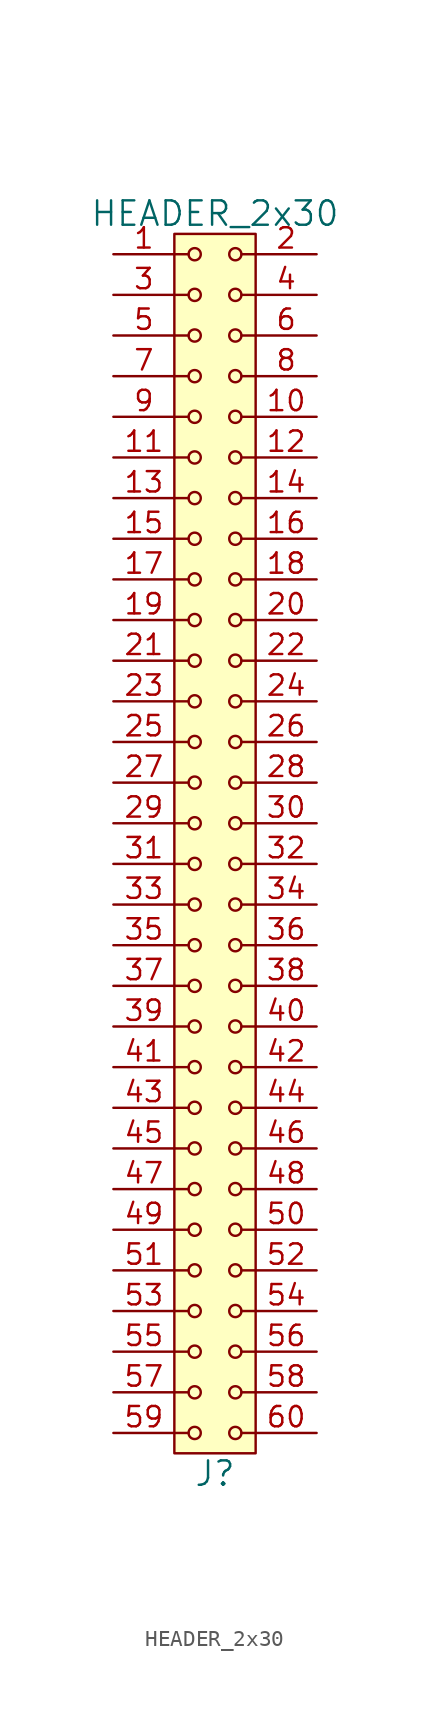
<source format=kicad_sym>
(kicad_symbol_lib
  (version 20211014)
  (generator kicad_symbol_editor)
  (symbol "HEADER_2x30"
    (pin_names
      (offset 1.016))
    (property "Reference" "J"
      (at 0 -39.37 0)
      (effects (font (size 1.524 1.524))))
    (property "Value" "HEADER_2x30"
      (at 0 39.37 0)
      (effects (font (size 1.524 1.524))))
    (property "Footprint" ""
      (at 0 36.83 0)
      (effects (font (size 1.524 1.524))))
    (property "Datasheet" ""
      (at 0 36.83 0)
      (effects (font (size 1.524 1.524))))
    (symbol "HEADER_2x30_0_1"
      (rectangle (start -2.54 38.1) (end 2.54 -38.1) (stroke (width 0) (type default) (color 0 0 0 0)) (fill (type background)))
      (circle (center -1.27 -36.83) (radius 0.381) (stroke (width 0) (type default) (color 0 0 0 0)) (fill (type none)))
      (circle (center -1.27 -34.29) (radius 0.381) (stroke (width 0) (type default) (color 0 0 0 0)) (fill (type none)))
      (circle (center -1.27 -31.75) (radius 0.381) (stroke (width 0) (type default) (color 0 0 0 0)) (fill (type none)))
      (circle (center -1.27 -29.21) (radius 0.381) (stroke (width 0) (type default) (color 0 0 0 0)) (fill (type none)))
      (circle (center -1.27 -26.67) (radius 0.381) (stroke (width 0) (type default) (color 0 0 0 0)) (fill (type none)))
      (circle (center -1.27 -24.13) (radius 0.381) (stroke (width 0) (type default) (color 0 0 0 0)) (fill (type none)))
      (circle (center -1.27 -21.59) (radius 0.381) (stroke (width 0) (type default) (color 0 0 0 0)) (fill (type none)))
      (circle (center -1.27 -19.05) (radius 0.381) (stroke (width 0) (type default) (color 0 0 0 0)) (fill (type none)))
      (circle (center -1.27 -16.51) (radius 0.381) (stroke (width 0) (type default) (color 0 0 0 0)) (fill (type none)))
      (circle (center -1.27 -13.97) (radius 0.381) (stroke (width 0) (type default) (color 0 0 0 0)) (fill (type none)))
      (circle (center -1.27 -11.43) (radius 0.381) (stroke (width 0) (type default) (color 0 0 0 0)) (fill (type none)))
      (circle (center -1.27 -8.89) (radius 0.381) (stroke (width 0) (type default) (color 0 0 0 0)) (fill (type none)))
      (circle (center -1.27 -6.35) (radius 0.381) (stroke (width 0) (type default) (color 0 0 0 0)) (fill (type none)))
      (circle (center -1.27 -3.81) (radius 0.381) (stroke (width 0) (type default) (color 0 0 0 0)) (fill (type none)))
      (circle (center -1.27 -1.27) (radius 0.381) (stroke (width 0) (type default) (color 0 0 0 0)) (fill (type none)))
      (circle (center -1.27 1.27) (radius 0.381) (stroke (width 0) (type default) (color 0 0 0 0)) (fill (type none)))
      (circle (center -1.27 3.81) (radius 0.381) (stroke (width 0) (type default) (color 0 0 0 0)) (fill (type none)))
      (circle (center -1.27 6.35) (radius 0.381) (stroke (width 0) (type default) (color 0 0 0 0)) (fill (type none)))
      (circle (center -1.27 8.89) (radius 0.381) (stroke (width 0) (type default) (color 0 0 0 0)) (fill (type none)))
      (circle (center -1.27 11.43) (radius 0.381) (stroke (width 0) (type default) (color 0 0 0 0)) (fill (type none)))
      (circle (center -1.27 13.97) (radius 0.381) (stroke (width 0) (type default) (color 0 0 0 0)) (fill (type none)))
      (circle (center -1.27 16.51) (radius 0.381) (stroke (width 0) (type default) (color 0 0 0 0)) (fill (type none)))
      (circle (center -1.27 19.05) (radius 0.381) (stroke (width 0) (type default) (color 0 0 0 0)) (fill (type none)))
      (circle (center -1.27 21.59) (radius 0.381) (stroke (width 0) (type default) (color 0 0 0 0)) (fill (type none)))
      (circle (center -1.27 24.13) (radius 0.381) (stroke (width 0) (type default) (color 0 0 0 0)) (fill (type none)))
      (circle (center -1.27 26.67) (radius 0.381) (stroke (width 0) (type default) (color 0 0 0 0)) (fill (type none)))
      (circle (center -1.27 29.21) (radius 0.381) (stroke (width 0) (type default) (color 0 0 0 0)) (fill (type none)))
      (circle (center -1.27 31.75) (radius 0.381) (stroke (width 0) (type default) (color 0 0 0 0)) (fill (type none)))
      (circle (center -1.27 34.29) (radius 0.381) (stroke (width 0) (type default) (color 0 0 0 0)) (fill (type none)))
      (circle (center -1.27 36.83) (radius 0.381) (stroke (width 0) (type default) (color 0 0 0 0)) (fill (type none)))
      (polyline (pts (xy -1.651 -36.83) (xy -2.54 -36.83)) (stroke (width 0) (type default) (color 0 0 0 0)) (fill (type none)))
      (polyline (pts (xy -1.651 -34.29) (xy -2.54 -34.29)) (stroke (width 0) (type default) (color 0 0 0 0)) (fill (type none)))
      (polyline (pts (xy -1.651 -31.75) (xy -2.54 -31.75)) (stroke (width 0) (type default) (color 0 0 0 0)) (fill (type none)))
      (polyline (pts (xy -1.651 -29.21) (xy -2.54 -29.21)) (stroke (width 0) (type default) (color 0 0 0 0)) (fill (type none)))
      (polyline (pts (xy -1.651 -26.67) (xy -2.54 -26.67)) (stroke (width 0) (type default) (color 0 0 0 0)) (fill (type none)))
      (polyline (pts (xy -1.651 -24.13) (xy -2.54 -24.13)) (stroke (width 0) (type default) (color 0 0 0 0)) (fill (type none)))
      (polyline (pts (xy -1.651 -21.59) (xy -2.54 -21.59)) (stroke (width 0) (type default) (color 0 0 0 0)) (fill (type none)))
      (polyline (pts (xy -1.651 -19.05) (xy -2.54 -19.05)) (stroke (width 0) (type default) (color 0 0 0 0)) (fill (type none)))
      (polyline (pts (xy -1.651 -16.51) (xy -2.54 -16.51)) (stroke (width 0) (type default) (color 0 0 0 0)) (fill (type none)))
      (polyline (pts (xy -1.651 -13.97) (xy -2.54 -13.97)) (stroke (width 0) (type default) (color 0 0 0 0)) (fill (type none)))
      (polyline (pts (xy -1.651 -11.43) (xy -2.54 -11.43)) (stroke (width 0) (type default) (color 0 0 0 0)) (fill (type none)))
      (polyline (pts (xy -1.651 -8.89) (xy -2.54 -8.89)) (stroke (width 0) (type default) (color 0 0 0 0)) (fill (type none)))
      (polyline (pts (xy -1.651 -6.35) (xy -2.54 -6.35)) (stroke (width 0) (type default) (color 0 0 0 0)) (fill (type none)))
      (polyline (pts (xy -1.651 -3.81) (xy -2.54 -3.81)) (stroke (width 0) (type default) (color 0 0 0 0)) (fill (type none)))
      (polyline (pts (xy -1.651 -1.27) (xy -2.54 -1.27)) (stroke (width 0) (type default) (color 0 0 0 0)) (fill (type none)))
      (polyline (pts (xy -1.651 1.27) (xy -2.54 1.27)) (stroke (width 0) (type default) (color 0 0 0 0)) (fill (type none)))
      (polyline (pts (xy -1.651 3.81) (xy -2.54 3.81)) (stroke (width 0) (type default) (color 0 0 0 0)) (fill (type none)))
      (polyline (pts (xy -1.651 6.35) (xy -2.54 6.35)) (stroke (width 0) (type default) (color 0 0 0 0)) (fill (type none)))
      (polyline (pts (xy -1.651 8.89) (xy -2.54 8.89)) (stroke (width 0) (type default) (color 0 0 0 0)) (fill (type none)))
      (polyline (pts (xy -1.651 11.43) (xy -2.54 11.43)) (stroke (width 0) (type default) (color 0 0 0 0)) (fill (type none)))
      (polyline (pts (xy -1.651 13.97) (xy -2.54 13.97)) (stroke (width 0) (type default) (color 0 0 0 0)) (fill (type none)))
      (polyline (pts (xy -1.651 16.51) (xy -2.54 16.51)) (stroke (width 0) (type default) (color 0 0 0 0)) (fill (type none)))
      (polyline (pts (xy -1.651 19.05) (xy -2.54 19.05)) (stroke (width 0) (type default) (color 0 0 0 0)) (fill (type none)))
      (polyline (pts (xy -1.651 21.59) (xy -2.54 21.59)) (stroke (width 0) (type default) (color 0 0 0 0)) (fill (type none)))
      (polyline (pts (xy -1.651 24.13) (xy -2.54 24.13)) (stroke (width 0) (type default) (color 0 0 0 0)) (fill (type none)))
      (polyline (pts (xy -1.651 26.67) (xy -2.54 26.67)) (stroke (width 0) (type default) (color 0 0 0 0)) (fill (type none)))
      (polyline (pts (xy -1.651 29.21) (xy -2.54 29.21)) (stroke (width 0) (type default) (color 0 0 0 0)) (fill (type none)))
      (polyline (pts (xy -1.651 31.75) (xy -2.54 31.75)) (stroke (width 0) (type default) (color 0 0 0 0)) (fill (type none)))
      (polyline (pts (xy -1.651 34.29) (xy -2.54 34.29)) (stroke (width 0) (type default) (color 0 0 0 0)) (fill (type none)))
      (polyline (pts (xy -1.651 36.83) (xy -2.54 36.83)) (stroke (width 0) (type default) (color 0 0 0 0)) (fill (type none)))
      (polyline (pts (xy 1.651 -36.83) (xy 2.54 -36.83)) (stroke (width 0) (type default) (color 0 0 0 0)) (fill (type none)))
      (polyline (pts (xy 1.651 -34.29) (xy 2.54 -34.29)) (stroke (width 0) (type default) (color 0 0 0 0)) (fill (type none)))
      (polyline (pts (xy 1.651 -31.75) (xy 2.54 -31.75)) (stroke (width 0) (type default) (color 0 0 0 0)) (fill (type none)))
      (polyline (pts (xy 1.651 -29.21) (xy 2.54 -29.21)) (stroke (width 0) (type default) (color 0 0 0 0)) (fill (type none)))
      (polyline (pts (xy 1.651 -26.67) (xy 2.54 -26.67)) (stroke (width 0) (type default) (color 0 0 0 0)) (fill (type none)))
      (polyline (pts (xy 1.651 -24.13) (xy 2.54 -24.13)) (stroke (width 0) (type default) (color 0 0 0 0)) (fill (type none)))
      (polyline (pts (xy 1.651 -21.59) (xy 2.54 -21.59)) (stroke (width 0) (type default) (color 0 0 0 0)) (fill (type none)))
      (polyline (pts (xy 1.651 -19.05) (xy 2.54 -19.05)) (stroke (width 0) (type default) (color 0 0 0 0)) (fill (type none)))
      (polyline (pts (xy 1.651 -16.51) (xy 2.54 -16.51)) (stroke (width 0) (type default) (color 0 0 0 0)) (fill (type none)))
      (polyline (pts (xy 1.651 -13.97) (xy 2.54 -13.97)) (stroke (width 0) (type default) (color 0 0 0 0)) (fill (type none)))
      (polyline (pts (xy 1.651 -11.43) (xy 2.54 -11.43)) (stroke (width 0) (type default) (color 0 0 0 0)) (fill (type none)))
      (polyline (pts (xy 1.651 -8.89) (xy 2.54 -8.89)) (stroke (width 0) (type default) (color 0 0 0 0)) (fill (type none)))
      (polyline (pts (xy 1.651 -6.35) (xy 2.54 -6.35)) (stroke (width 0) (type default) (color 0 0 0 0)) (fill (type none)))
      (polyline (pts (xy 1.651 -3.81) (xy 2.54 -3.81)) (stroke (width 0) (type default) (color 0 0 0 0)) (fill (type none)))
      (polyline (pts (xy 1.651 -1.27) (xy 2.54 -1.27)) (stroke (width 0) (type default) (color 0 0 0 0)) (fill (type none)))
      (polyline (pts (xy 1.651 1.27) (xy 2.54 1.27)) (stroke (width 0) (type default) (color 0 0 0 0)) (fill (type none)))
      (polyline (pts (xy 1.651 3.81) (xy 2.54 3.81)) (stroke (width 0) (type default) (color 0 0 0 0)) (fill (type none)))
      (polyline (pts (xy 1.651 6.35) (xy 2.54 6.35)) (stroke (width 0) (type default) (color 0 0 0 0)) (fill (type none)))
      (polyline (pts (xy 1.651 8.89) (xy 2.54 8.89)) (stroke (width 0) (type default) (color 0 0 0 0)) (fill (type none)))
      (polyline (pts (xy 1.651 11.43) (xy 2.54 11.43)) (stroke (width 0) (type default) (color 0 0 0 0)) (fill (type none)))
      (polyline (pts (xy 1.651 13.97) (xy 2.54 13.97)) (stroke (width 0) (type default) (color 0 0 0 0)) (fill (type none)))
      (polyline (pts (xy 1.651 16.51) (xy 2.54 16.51)) (stroke (width 0) (type default) (color 0 0 0 0)) (fill (type none)))
      (polyline (pts (xy 1.651 19.05) (xy 2.54 19.05)) (stroke (width 0) (type default) (color 0 0 0 0)) (fill (type none)))
      (polyline (pts (xy 1.651 21.59) (xy 2.54 21.59)) (stroke (width 0) (type default) (color 0 0 0 0)) (fill (type none)))
      (polyline (pts (xy 1.651 24.13) (xy 2.54 24.13)) (stroke (width 0) (type default) (color 0 0 0 0)) (fill (type none)))
      (polyline (pts (xy 1.651 26.67) (xy 2.54 26.67)) (stroke (width 0) (type default) (color 0 0 0 0)) (fill (type none)))
      (polyline (pts (xy 1.651 29.21) (xy 2.54 29.21)) (stroke (width 0) (type default) (color 0 0 0 0)) (fill (type none)))
      (polyline (pts (xy 1.651 31.75) (xy 2.54 31.75)) (stroke (width 0) (type default) (color 0 0 0 0)) (fill (type none)))
      (polyline (pts (xy 1.651 34.29) (xy 2.54 34.29)) (stroke (width 0) (type default) (color 0 0 0 0)) (fill (type none)))
      (polyline (pts (xy 1.651 36.83) (xy 2.54 36.83)) (stroke (width 0) (type default) (color 0 0 0 0)) (fill (type none)))
      (circle (center 1.27 -36.83) (radius 0.381) (stroke (width 0) (type default) (color 0 0 0 0)) (fill (type none)))
      (circle (center 1.27 -34.29) (radius 0.381) (stroke (width 0) (type default) (color 0 0 0 0)) (fill (type none)))
      (circle (center 1.27 -31.75) (radius 0.381) (stroke (width 0) (type default) (color 0 0 0 0)) (fill (type none)))
      (circle (center 1.27 -29.21) (radius 0.381) (stroke (width 0) (type default) (color 0 0 0 0)) (fill (type none)))
      (circle (center 1.27 -26.67) (radius 0.381) (stroke (width 0) (type default) (color 0 0 0 0)) (fill (type none)))
      (circle (center 1.27 -24.13) (radius 0.381) (stroke (width 0) (type default) (color 0 0 0 0)) (fill (type none)))
      (circle (center 1.27 -21.59) (radius 0.381) (stroke (width 0) (type default) (color 0 0 0 0)) (fill (type none)))
      (circle (center 1.27 -19.05) (radius 0.381) (stroke (width 0) (type default) (color 0 0 0 0)) (fill (type none)))
      (circle (center 1.27 -16.51) (radius 0.381) (stroke (width 0) (type default) (color 0 0 0 0)) (fill (type none)))
      (circle (center 1.27 -13.97) (radius 0.381) (stroke (width 0) (type default) (color 0 0 0 0)) (fill (type none)))
      (circle (center 1.27 -11.43) (radius 0.381) (stroke (width 0) (type default) (color 0 0 0 0)) (fill (type none)))
      (circle (center 1.27 -8.89) (radius 0.381) (stroke (width 0) (type default) (color 0 0 0 0)) (fill (type none)))
      (circle (center 1.27 -6.35) (radius 0.381) (stroke (width 0) (type default) (color 0 0 0 0)) (fill (type none)))
      (circle (center 1.27 -3.81) (radius 0.381) (stroke (width 0) (type default) (color 0 0 0 0)) (fill (type none)))
      (circle (center 1.27 -1.27) (radius 0.381) (stroke (width 0) (type default) (color 0 0 0 0)) (fill (type none)))
      (circle (center 1.27 1.27) (radius 0.381) (stroke (width 0) (type default) (color 0 0 0 0)) (fill (type none)))
      (circle (center 1.27 3.81) (radius 0.381) (stroke (width 0) (type default) (color 0 0 0 0)) (fill (type none)))
      (circle (center 1.27 6.35) (radius 0.381) (stroke (width 0) (type default) (color 0 0 0 0)) (fill (type none)))
      (circle (center 1.27 8.89) (radius 0.381) (stroke (width 0) (type default) (color 0 0 0 0)) (fill (type none)))
      (circle (center 1.27 11.43) (radius 0.381) (stroke (width 0) (type default) (color 0 0 0 0)) (fill (type none)))
      (circle (center 1.27 13.97) (radius 0.381) (stroke (width 0) (type default) (color 0 0 0 0)) (fill (type none)))
      (circle (center 1.27 16.51) (radius 0.381) (stroke (width 0) (type default) (color 0 0 0 0)) (fill (type none)))
      (circle (center 1.27 19.05) (radius 0.381) (stroke (width 0) (type default) (color 0 0 0 0)) (fill (type none)))
      (circle (center 1.27 21.59) (radius 0.381) (stroke (width 0) (type default) (color 0 0 0 0)) (fill (type none)))
      (circle (center 1.27 24.13) (radius 0.381) (stroke (width 0) (type default) (color 0 0 0 0)) (fill (type none)))
      (circle (center 1.27 26.67) (radius 0.381) (stroke (width 0) (type default) (color 0 0 0 0)) (fill (type none)))
      (circle (center 1.27 29.21) (radius 0.381) (stroke (width 0) (type default) (color 0 0 0 0)) (fill (type none)))
      (circle (center 1.27 31.75) (radius 0.381) (stroke (width 0) (type default) (color 0 0 0 0)) (fill (type none)))
      (circle (center 1.27 34.29) (radius 0.381) (stroke (width 0) (type default) (color 0 0 0 0)) (fill (type none)))
      (circle (center 1.27 36.83) (radius 0.381) (stroke (width 0) (type default) (color 0 0 0 0)) (fill (type none))))
    (symbol "HEADER_2x30_1_1"
      (pin input line (at -6.35 36.83 0) (length 3.81) (name "~" (effects (font (size 1.27 1.27)))) (number "1" (effects (font (size 1.27 1.27)))))
      (pin input line (at 6.35 26.67 180) (length 3.81) (name "~" (effects (font (size 1.27 1.27)))) (number "10" (effects (font (size 1.27 1.27)))))
      (pin input line (at -6.35 24.13 0) (length 3.81) (name "~" (effects (font (size 1.27 1.27)))) (number "11" (effects (font (size 1.27 1.27)))))
      (pin input line (at 6.35 24.13 180) (length 3.81) (name "~" (effects (font (size 1.27 1.27)))) (number "12" (effects (font (size 1.27 1.27)))))
      (pin input line (at -6.35 21.59 0) (length 3.81) (name "~" (effects (font (size 1.27 1.27)))) (number "13" (effects (font (size 1.27 1.27)))))
      (pin input line (at 6.35 21.59 180) (length 3.81) (name "~" (effects (font (size 1.27 1.27)))) (number "14" (effects (font (size 1.27 1.27)))))
      (pin input line (at -6.35 19.05 0) (length 3.81) (name "~" (effects (font (size 1.27 1.27)))) (number "15" (effects (font (size 1.27 1.27)))))
      (pin input line (at 6.35 19.05 180) (length 3.81) (name "~" (effects (font (size 1.27 1.27)))) (number "16" (effects (font (size 1.27 1.27)))))
      (pin input line (at -6.35 16.51 0) (length 3.81) (name "~" (effects (font (size 1.27 1.27)))) (number "17" (effects (font (size 1.27 1.27)))))
      (pin input line (at 6.35 16.51 180) (length 3.81) (name "~" (effects (font (size 1.27 1.27)))) (number "18" (effects (font (size 1.27 1.27)))))
      (pin input line (at -6.35 13.97 0) (length 3.81) (name "~" (effects (font (size 1.27 1.27)))) (number "19" (effects (font (size 1.27 1.27)))))
      (pin input line (at 6.35 36.83 180) (length 3.81) (name "~" (effects (font (size 1.27 1.27)))) (number "2" (effects (font (size 1.27 1.27)))))
      (pin input line (at 6.35 13.97 180) (length 3.81) (name "~" (effects (font (size 1.27 1.27)))) (number "20" (effects (font (size 1.27 1.27)))))
      (pin input line (at -6.35 11.43 0) (length 3.81) (name "~" (effects (font (size 1.27 1.27)))) (number "21" (effects (font (size 1.27 1.27)))))
      (pin input line (at 6.35 11.43 180) (length 3.81) (name "~" (effects (font (size 1.27 1.27)))) (number "22" (effects (font (size 1.27 1.27)))))
      (pin input line (at -6.35 8.89 0) (length 3.81) (name "~" (effects (font (size 1.27 1.27)))) (number "23" (effects (font (size 1.27 1.27)))))
      (pin input line (at 6.35 8.89 180) (length 3.81) (name "~" (effects (font (size 1.27 1.27)))) (number "24" (effects (font (size 1.27 1.27)))))
      (pin input line (at -6.35 6.35 0) (length 3.81) (name "~" (effects (font (size 1.27 1.27)))) (number "25" (effects (font (size 1.27 1.27)))))
      (pin input line (at 6.35 6.35 180) (length 3.81) (name "~" (effects (font (size 1.27 1.27)))) (number "26" (effects (font (size 1.27 1.27)))))
      (pin input line (at -6.35 3.81 0) (length 3.81) (name "~" (effects (font (size 1.27 1.27)))) (number "27" (effects (font (size 1.27 1.27)))))
      (pin input line (at 6.35 3.81 180) (length 3.81) (name "~" (effects (font (size 1.27 1.27)))) (number "28" (effects (font (size 1.27 1.27)))))
      (pin input line (at -6.35 1.27 0) (length 3.81) (name "~" (effects (font (size 1.27 1.27)))) (number "29" (effects (font (size 1.27 1.27)))))
      (pin input line (at -6.35 34.29 0) (length 3.81) (name "~" (effects (font (size 1.27 1.27)))) (number "3" (effects (font (size 1.27 1.27)))))
      (pin input line (at 6.35 1.27 180) (length 3.81) (name "~" (effects (font (size 1.27 1.27)))) (number "30" (effects (font (size 1.27 1.27)))))
      (pin input line (at -6.35 -1.27 0) (length 3.81) (name "~" (effects (font (size 1.27 1.27)))) (number "31" (effects (font (size 1.27 1.27)))))
      (pin input line (at 6.35 -1.27 180) (length 3.81) (name "~" (effects (font (size 1.27 1.27)))) (number "32" (effects (font (size 1.27 1.27)))))
      (pin input line (at -6.35 -3.81 0) (length 3.81) (name "~" (effects (font (size 1.27 1.27)))) (number "33" (effects (font (size 1.27 1.27)))))
      (pin input line (at 6.35 -3.81 180) (length 3.81) (name "~" (effects (font (size 1.27 1.27)))) (number "34" (effects (font (size 1.27 1.27)))))
      (pin input line (at -6.35 -6.35 0) (length 3.81) (name "~" (effects (font (size 1.27 1.27)))) (number "35" (effects (font (size 1.27 1.27)))))
      (pin input line (at 6.35 -6.35 180) (length 3.81) (name "~" (effects (font (size 1.27 1.27)))) (number "36" (effects (font (size 1.27 1.27)))))
      (pin input line (at -6.35 -8.89 0) (length 3.81) (name "~" (effects (font (size 1.27 1.27)))) (number "37" (effects (font (size 1.27 1.27)))))
      (pin input line (at 6.35 -8.89 180) (length 3.81) (name "~" (effects (font (size 1.27 1.27)))) (number "38" (effects (font (size 1.27 1.27)))))
      (pin input line (at -6.35 -11.43 0) (length 3.81) (name "~" (effects (font (size 1.27 1.27)))) (number "39" (effects (font (size 1.27 1.27)))))
      (pin input line (at 6.35 34.29 180) (length 3.81) (name "~" (effects (font (size 1.27 1.27)))) (number "4" (effects (font (size 1.27 1.27)))))
      (pin input line (at 6.35 -11.43 180) (length 3.81) (name "~" (effects (font (size 1.27 1.27)))) (number "40" (effects (font (size 1.27 1.27)))))
      (pin input line (at -6.35 -13.97 0) (length 3.81) (name "~" (effects (font (size 1.27 1.27)))) (number "41" (effects (font (size 1.27 1.27)))))
      (pin input line (at 6.35 -13.97 180) (length 3.81) (name "~" (effects (font (size 1.27 1.27)))) (number "42" (effects (font (size 1.27 1.27)))))
      (pin input line (at -6.35 -16.51 0) (length 3.81) (name "~" (effects (font (size 1.27 1.27)))) (number "43" (effects (font (size 1.27 1.27)))))
      (pin input line (at 6.35 -16.51 180) (length 3.81) (name "~" (effects (font (size 1.27 1.27)))) (number "44" (effects (font (size 1.27 1.27)))))
      (pin input line (at -6.35 -19.05 0) (length 3.81) (name "~" (effects (font (size 1.27 1.27)))) (number "45" (effects (font (size 1.27 1.27)))))
      (pin input line (at 6.35 -19.05 180) (length 3.81) (name "~" (effects (font (size 1.27 1.27)))) (number "46" (effects (font (size 1.27 1.27)))))
      (pin input line (at -6.35 -21.59 0) (length 3.81) (name "~" (effects (font (size 1.27 1.27)))) (number "47" (effects (font (size 1.27 1.27)))))
      (pin input line (at 6.35 -21.59 180) (length 3.81) (name "~" (effects (font (size 1.27 1.27)))) (number "48" (effects (font (size 1.27 1.27)))))
      (pin input line (at -6.35 -24.13 0) (length 3.81) (name "~" (effects (font (size 1.27 1.27)))) (number "49" (effects (font (size 1.27 1.27)))))
      (pin input line (at -6.35 31.75 0) (length 3.81) (name "~" (effects (font (size 1.27 1.27)))) (number "5" (effects (font (size 1.27 1.27)))))
      (pin input line (at 6.35 -24.13 180) (length 3.81) (name "~" (effects (font (size 1.27 1.27)))) (number "50" (effects (font (size 1.27 1.27)))))
      (pin input line (at -6.35 -26.67 0) (length 3.81) (name "~" (effects (font (size 1.27 1.27)))) (number "51" (effects (font (size 1.27 1.27)))))
      (pin input line (at 6.35 -26.67 180) (length 3.81) (name "~" (effects (font (size 1.27 1.27)))) (number "52" (effects (font (size 1.27 1.27)))))
      (pin input line (at -6.35 -29.21 0) (length 3.81) (name "~" (effects (font (size 1.27 1.27)))) (number "53" (effects (font (size 1.27 1.27)))))
      (pin input line (at 6.35 -29.21 180) (length 3.81) (name "~" (effects (font (size 1.27 1.27)))) (number "54" (effects (font (size 1.27 1.27)))))
      (pin input line (at -6.35 -31.75 0) (length 3.81) (name "~" (effects (font (size 1.27 1.27)))) (number "55" (effects (font (size 1.27 1.27)))))
      (pin input line (at 6.35 -31.75 180) (length 3.81) (name "~" (effects (font (size 1.27 1.27)))) (number "56" (effects (font (size 1.27 1.27)))))
      (pin input line (at -6.35 -34.29 0) (length 3.81) (name "~" (effects (font (size 1.27 1.27)))) (number "57" (effects (font (size 1.27 1.27)))))
      (pin input line (at 6.35 -34.29 180) (length 3.81) (name "~" (effects (font (size 1.27 1.27)))) (number "58" (effects (font (size 1.27 1.27)))))
      (pin input line (at -6.35 -36.83 0) (length 3.81) (name "~" (effects (font (size 1.27 1.27)))) (number "59" (effects (font (size 1.27 1.27)))))
      (pin input line (at 6.35 31.75 180) (length 3.81) (name "~" (effects (font (size 1.27 1.27)))) (number "6" (effects (font (size 1.27 1.27)))))
      (pin input line (at 6.35 -36.83 180) (length 3.81) (name "~" (effects (font (size 1.27 1.27)))) (number "60" (effects (font (size 1.27 1.27)))))
      (pin input line (at -6.35 29.21 0) (length 3.81) (name "~" (effects (font (size 1.27 1.27)))) (number "7" (effects (font (size 1.27 1.27)))))
      (pin input line (at 6.35 29.21 180) (length 3.81) (name "~" (effects (font (size 1.27 1.27)))) (number "8" (effects (font (size 1.27 1.27)))))
      (pin input line (at -6.35 26.67 0) (length 3.81) (name "~" (effects (font (size 1.27 1.27)))) (number "9" (effects (font (size 1.27 1.27))))))))
</source>
